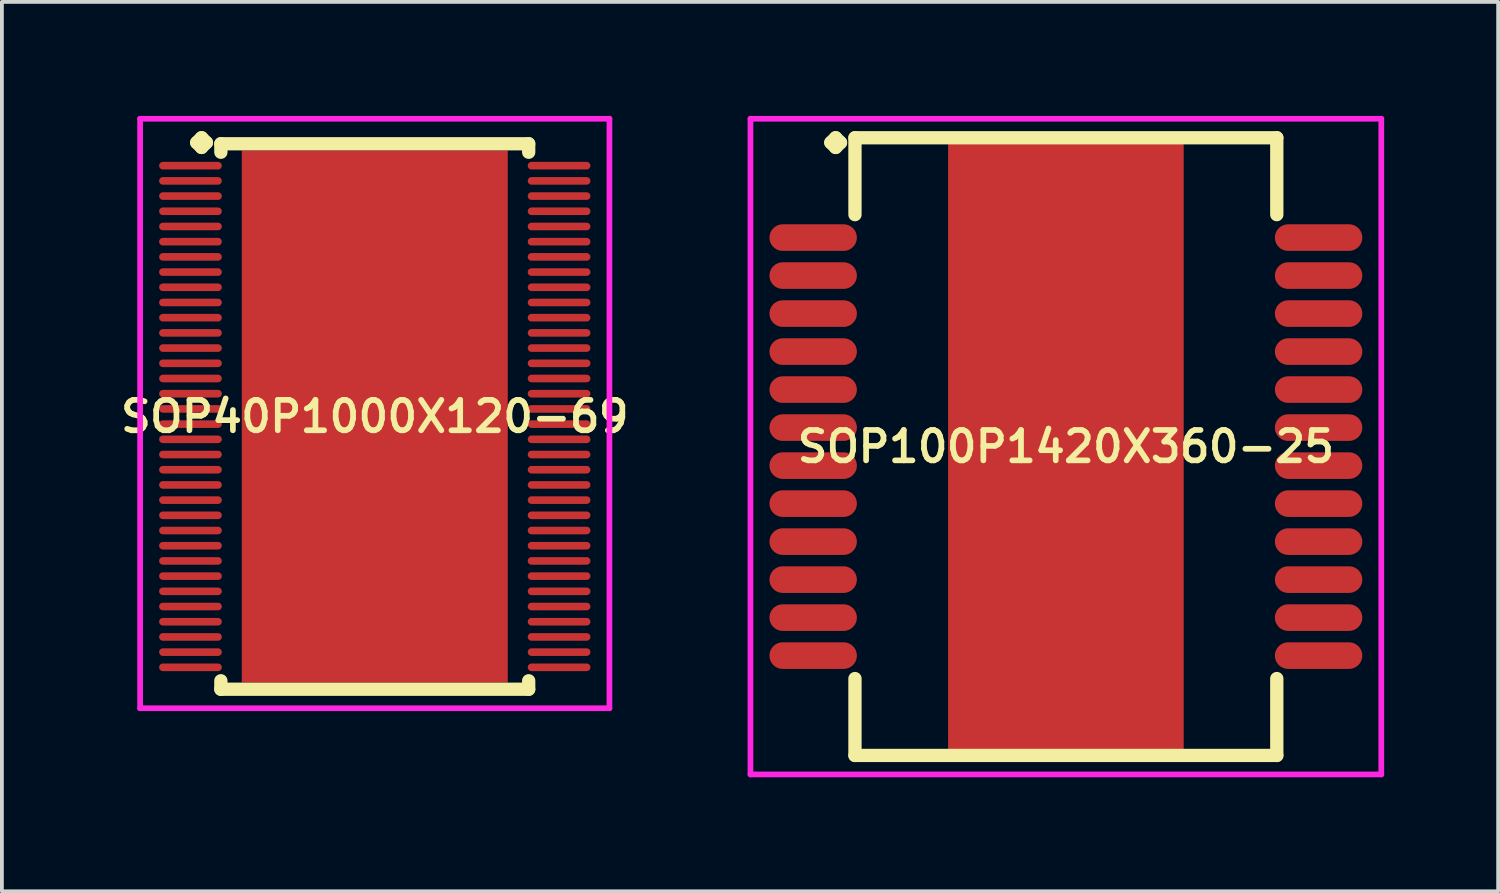
<source format=kicad_pcb>
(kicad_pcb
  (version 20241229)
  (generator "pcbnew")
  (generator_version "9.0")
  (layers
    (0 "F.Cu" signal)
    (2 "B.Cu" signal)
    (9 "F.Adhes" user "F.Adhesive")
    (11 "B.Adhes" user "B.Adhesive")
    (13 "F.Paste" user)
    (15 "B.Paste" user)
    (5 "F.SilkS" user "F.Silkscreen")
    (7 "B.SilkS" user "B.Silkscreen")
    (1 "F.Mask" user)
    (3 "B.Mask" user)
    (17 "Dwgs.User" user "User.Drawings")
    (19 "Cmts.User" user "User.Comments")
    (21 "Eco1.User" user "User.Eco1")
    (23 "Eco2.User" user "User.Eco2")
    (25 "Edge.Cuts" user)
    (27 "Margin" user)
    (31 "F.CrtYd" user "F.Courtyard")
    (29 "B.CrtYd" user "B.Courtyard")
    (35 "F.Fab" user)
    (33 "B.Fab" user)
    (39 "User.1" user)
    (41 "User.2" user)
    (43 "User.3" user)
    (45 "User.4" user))
  (footprint "SOP40P1000X120-69"
    (layer "F.Cu")
    (at 6.812 7.91)
    (property "Reference" "SOP40P1000X120-69" (at 0 0 0) (layer "F.SilkS") (effects (font (size 0.8 0.8) (thickness 0.15))))
    (attr smd)
    (fp_line (start -4.685 -7.208) (end -4.558 -7.335) (stroke (width 0.35) (type solid)) (layer "F.SilkS"))
    (fp_line (start -4.558 -7.335) (end -4.431 -7.208) (stroke (width 0.35) (type solid)) (layer "F.SilkS"))
    (fp_line (start -4.558 -7.081) (end -4.685 -7.208) (stroke (width 0.35) (type solid)) (layer "F.SilkS"))
    (fp_line (start -4.431 -7.208) (end -4.558 -7.081) (stroke (width 0.35) (type solid)) (layer "F.SilkS"))
    (fp_line (start -4.05 -7.177) (end 4.05 -7.177) (stroke (width 0.35) (type solid)) (layer "F.SilkS"))
    (fp_line (start -4.05 -6.954) (end -4.05 -7.177) (stroke (width 0.35) (type solid)) (layer "F.SilkS"))
    (fp_line (start -4.05 6.954) (end -4.05 7.177) (stroke (width 0.35) (type solid)) (layer "F.SilkS"))
    (fp_line (start -4.05 7.177) (end 4.05 7.177) (stroke (width 0.35) (type solid)) (layer "F.SilkS"))
    (fp_line (start 4.05 -7.177) (end 4.05 -6.954) (stroke (width 0.35) (type solid)) (layer "F.SilkS"))
    (fp_line (start 4.05 7.177) (end 4.05 6.954) (stroke (width 0.35) (type solid)) (layer "F.SilkS"))
    (fp_line (start -6.175 -7.835) (end 6.175 -7.835) (stroke (width 0.15) (type solid)) (layer "F.CrtYd"))
    (fp_line (start -6.175 7.677) (end -6.175 -7.835) (stroke (width 0.15) (type solid)) (layer "F.CrtYd"))
    (fp_line (start 6.175 -7.835) (end 6.175 7.677) (stroke (width 0.15) (type solid)) (layer "F.CrtYd"))
    (fp_line (start 6.175 7.677) (end -6.175 7.677) (stroke (width 0.15) (type solid)) (layer "F.CrtYd"))
    (pad "1" smd oval (at -4.85 -6.6) (size 1.65 0.2) (layers "F.Cu" "F.Mask" "F.Paste"))
    (pad "2" smd oval (at -4.85 -6.2) (size 1.65 0.2) (layers "F.Cu" "F.Mask" "F.Paste"))
    (pad "3" smd oval (at -4.85 -5.8) (size 1.65 0.2) (layers "F.Cu" "F.Mask" "F.Paste"))
    (pad "4" smd oval (at -4.85 -5.4) (size 1.65 0.2) (layers "F.Cu" "F.Mask" "F.Paste"))
    (pad "5" smd oval (at -4.85 -5) (size 1.65 0.2) (layers "F.Cu" "F.Mask" "F.Paste"))
    (pad "6" smd oval (at -4.85 -4.6) (size 1.65 0.2) (layers "F.Cu" "F.Mask" "F.Paste"))
    (pad "7" smd oval (at -4.85 -4.2) (size 1.65 0.2) (layers "F.Cu" "F.Mask" "F.Paste"))
    (pad "8" smd oval (at -4.85 -3.8) (size 1.65 0.2) (layers "F.Cu" "F.Mask" "F.Paste"))
    (pad "9" smd oval (at -4.85 -3.4) (size 1.65 0.2) (layers "F.Cu" "F.Mask" "F.Paste"))
    (pad "10" smd oval (at -4.85 -3) (size 1.65 0.2) (layers "F.Cu" "F.Mask" "F.Paste"))
    (pad "11" smd oval (at -4.85 -2.6) (size 1.65 0.2) (layers "F.Cu" "F.Mask" "F.Paste"))
    (pad "12" smd oval (at -4.85 -2.2) (size 1.65 0.2) (layers "F.Cu" "F.Mask" "F.Paste"))
    (pad "13" smd oval (at -4.85 -1.8) (size 1.65 0.2) (layers "F.Cu" "F.Mask" "F.Paste"))
    (pad "14" smd oval (at -4.85 -1.4) (size 1.65 0.2) (layers "F.Cu" "F.Mask" "F.Paste"))
    (pad "15" smd oval (at -4.85 -1) (size 1.65 0.2) (layers "F.Cu" "F.Mask" "F.Paste"))
    (pad "16" smd oval (at -4.85 -0.6) (size 1.65 0.2) (layers "F.Cu" "F.Mask" "F.Paste"))
    (pad "17" smd oval (at -4.85 -0.2) (size 1.65 0.2) (layers "F.Cu" "F.Mask" "F.Paste"))
    (pad "18" smd oval (at -4.85 0.2) (size 1.65 0.2) (layers "F.Cu" "F.Mask" "F.Paste"))
    (pad "19" smd oval (at -4.85 0.6) (size 1.65 0.2) (layers "F.Cu" "F.Mask" "F.Paste"))
    (pad "20" smd oval (at -4.85 1) (size 1.65 0.2) (layers "F.Cu" "F.Mask" "F.Paste"))
    (pad "21" smd oval (at -4.85 1.4) (size 1.65 0.2) (layers "F.Cu" "F.Mask" "F.Paste"))
    (pad "22" smd oval (at -4.85 1.8) (size 1.65 0.2) (layers "F.Cu" "F.Mask" "F.Paste"))
    (pad "23" smd oval (at -4.85 2.2) (size 1.65 0.2) (layers "F.Cu" "F.Mask" "F.Paste"))
    (pad "24" smd oval (at -4.85 2.6) (size 1.65 0.2) (layers "F.Cu" "F.Mask" "F.Paste"))
    (pad "25" smd oval (at -4.85 3) (size 1.65 0.2) (layers "F.Cu" "F.Mask" "F.Paste"))
    (pad "26" smd oval (at -4.85 3.4) (size 1.65 0.2) (layers "F.Cu" "F.Mask" "F.Paste"))
    (pad "27" smd oval (at -4.85 3.8) (size 1.65 0.2) (layers "F.Cu" "F.Mask" "F.Paste"))
    (pad "28" smd oval (at -4.85 4.2) (size 1.65 0.2) (layers "F.Cu" "F.Mask" "F.Paste"))
    (pad "29" smd oval (at -4.85 4.6) (size 1.65 0.2) (layers "F.Cu" "F.Mask" "F.Paste"))
    (pad "30" smd oval (at -4.85 5) (size 1.65 0.2) (layers "F.Cu" "F.Mask" "F.Paste"))
    (pad "31" smd oval (at -4.85 5.4) (size 1.65 0.2) (layers "F.Cu" "F.Mask" "F.Paste"))
    (pad "32" smd oval (at -4.85 5.8) (size 1.65 0.2) (layers "F.Cu" "F.Mask" "F.Paste"))
    (pad "33" smd oval (at -4.85 6.2) (size 1.65 0.2) (layers "F.Cu" "F.Mask" "F.Paste"))
    (pad "34" smd oval (at -4.85 6.6) (size 1.65 0.2) (layers "F.Cu" "F.Mask" "F.Paste"))
    (pad "35" smd oval (at 4.85 6.6) (size 1.65 0.2) (layers "F.Cu" "F.Mask" "F.Paste"))
    (pad "36" smd oval (at 4.85 6.2) (size 1.65 0.2) (layers "F.Cu" "F.Mask" "F.Paste"))
    (pad "37" smd oval (at 4.85 5.8) (size 1.65 0.2) (layers "F.Cu" "F.Mask" "F.Paste"))
    (pad "38" smd oval (at 4.85 5.4) (size 1.65 0.2) (layers "F.Cu" "F.Mask" "F.Paste"))
    (pad "39" smd oval (at 4.85 5) (size 1.65 0.2) (layers "F.Cu" "F.Mask" "F.Paste"))
    (pad "40" smd oval (at 4.85 4.6) (size 1.65 0.2) (layers "F.Cu" "F.Mask" "F.Paste"))
    (pad "41" smd oval (at 4.85 4.2) (size 1.65 0.2) (layers "F.Cu" "F.Mask" "F.Paste"))
    (pad "42" smd oval (at 4.85 3.8) (size 1.65 0.2) (layers "F.Cu" "F.Mask" "F.Paste"))
    (pad "43" smd oval (at 4.85 3.4) (size 1.65 0.2) (layers "F.Cu" "F.Mask" "F.Paste"))
    (pad "44" smd oval (at 4.85 3) (size 1.65 0.2) (layers "F.Cu" "F.Mask" "F.Paste"))
    (pad "45" smd oval (at 4.85 2.6) (size 1.65 0.2) (layers "F.Cu" "F.Mask" "F.Paste"))
    (pad "46" smd oval (at 4.85 2.2) (size 1.65 0.2) (layers "F.Cu" "F.Mask" "F.Paste"))
    (pad "47" smd oval (at 4.85 1.8) (size 1.65 0.2) (layers "F.Cu" "F.Mask" "F.Paste"))
    (pad "48" smd oval (at 4.85 1.4) (size 1.65 0.2) (layers "F.Cu" "F.Mask" "F.Paste"))
    (pad "49" smd oval (at 4.85 1) (size 1.65 0.2) (layers "F.Cu" "F.Mask" "F.Paste"))
    (pad "50" smd oval (at 4.85 0.6) (size 1.65 0.2) (layers "F.Cu" "F.Mask" "F.Paste"))
    (pad "51" smd oval (at 4.85 0.2) (size 1.65 0.2) (layers "F.Cu" "F.Mask" "F.Paste"))
    (pad "52" smd oval (at 4.85 -0.2) (size 1.65 0.2) (layers "F.Cu" "F.Mask" "F.Paste"))
    (pad "53" smd oval (at 4.85 -0.6) (size 1.65 0.2) (layers "F.Cu" "F.Mask" "F.Paste"))
    (pad "54" smd oval (at 4.85 -1) (size 1.65 0.2) (layers "F.Cu" "F.Mask" "F.Paste"))
    (pad "55" smd oval (at 4.85 -1.4) (size 1.65 0.2) (layers "F.Cu" "F.Mask" "F.Paste"))
    (pad "56" smd oval (at 4.85 -1.8) (size 1.65 0.2) (layers "F.Cu" "F.Mask" "F.Paste"))
    (pad "57" smd oval (at 4.85 -2.2) (size 1.65 0.2) (layers "F.Cu" "F.Mask" "F.Paste"))
    (pad "58" smd oval (at 4.85 -2.6) (size 1.65 0.2) (layers "F.Cu" "F.Mask" "F.Paste"))
    (pad "59" smd oval (at 4.85 -3) (size 1.65 0.2) (layers "F.Cu" "F.Mask" "F.Paste"))
    (pad "60" smd oval (at 4.85 -3.4) (size 1.65 0.2) (layers "F.Cu" "F.Mask" "F.Paste"))
    (pad "61" smd oval (at 4.85 -3.8) (size 1.65 0.2) (layers "F.Cu" "F.Mask" "F.Paste"))
    (pad "62" smd oval (at 4.85 -4.2) (size 1.65 0.2) (layers "F.Cu" "F.Mask" "F.Paste"))
    (pad "63" smd oval (at 4.85 -4.6) (size 1.65 0.2) (layers "F.Cu" "F.Mask" "F.Paste"))
    (pad "64" smd oval (at 4.85 -5) (size 1.65 0.2) (layers "F.Cu" "F.Mask" "F.Paste"))
    (pad "65" smd oval (at 4.85 -5.4) (size 1.65 0.2) (layers "F.Cu" "F.Mask" "F.Paste"))
    (pad "66" smd oval (at 4.85 -5.8) (size 1.65 0.2) (layers "F.Cu" "F.Mask" "F.Paste"))
    (pad "67" smd oval (at 4.85 -6.2) (size 1.65 0.2) (layers "F.Cu" "F.Mask" "F.Paste"))
    (pad "68" smd oval (at 4.85 -6.6) (size 1.65 0.2) (layers "F.Cu" "F.Mask" "F.Paste"))
    (pad "69" smd rect (at 0 0) (size 7 14) (layers "F.Cu" "F.Mask" "F.Paste")))
  (footprint "SOP100P1420X360-25"
    (layer "F.Cu")
    (at 24.998 8.702)
    (property "Reference" "SOP100P1420X360-25" (at 0 0 0) (layer "F.SilkS") (effects (font (size 0.8 0.8) (thickness 0.15))))
    (attr smd)
    (fp_line (start -6.185 -8) (end -6.058 -8.127) (stroke (width 0.35) (type solid)) (layer "F.SilkS"))
    (fp_line (start -6.058 -8.127) (end -5.931 -8) (stroke (width 0.35) (type solid)) (layer "F.SilkS"))
    (fp_line (start -6.058 -7.873) (end -6.185 -8) (stroke (width 0.35) (type solid)) (layer "F.SilkS"))
    (fp_line (start -5.931 -8) (end -6.058 -7.873) (stroke (width 0.35) (type solid)) (layer "F.SilkS"))
    (fp_line (start -5.55 -8.127) (end 5.55 -8.127) (stroke (width 0.35) (type solid)) (layer "F.SilkS"))
    (fp_line (start -5.55 -6.104) (end -5.55 -8.127) (stroke (width 0.35) (type solid)) (layer "F.SilkS"))
    (fp_line (start -5.55 6.104) (end -5.55 8.127) (stroke (width 0.35) (type solid)) (layer "F.SilkS"))
    (fp_line (start -5.55 8.127) (end 5.55 8.127) (stroke (width 0.35) (type solid)) (layer "F.SilkS"))
    (fp_line (start 5.55 -8.127) (end 5.55 -6.104) (stroke (width 0.35) (type solid)) (layer "F.SilkS"))
    (fp_line (start 5.55 8.127) (end 5.55 6.104) (stroke (width 0.35) (type solid)) (layer "F.SilkS"))
    (fp_line (start -8.3 -8.627) (end 8.3 -8.627) (stroke (width 0.15) (type solid)) (layer "F.CrtYd"))
    (fp_line (start -8.3 8.627) (end -8.3 -8.627) (stroke (width 0.15) (type solid)) (layer "F.CrtYd"))
    (fp_line (start 8.3 -8.627) (end 8.3 8.627) (stroke (width 0.15) (type solid)) (layer "F.CrtYd"))
    (fp_line (start 8.3 8.627) (end -8.3 8.627) (stroke (width 0.15) (type solid)) (layer "F.CrtYd"))
    (pad "1" smd oval (at -6.65 -5.5) (size 2.3 0.7) (layers "F.Cu" "F.Mask" "F.Paste"))
    (pad "2" smd oval (at -6.65 -4.5) (size 2.3 0.7) (layers "F.Cu" "F.Mask" "F.Paste"))
    (pad "3" smd oval (at -6.65 -3.5) (size 2.3 0.7) (layers "F.Cu" "F.Mask" "F.Paste"))
    (pad "4" smd oval (at -6.65 -2.5) (size 2.3 0.7) (layers "F.Cu" "F.Mask" "F.Paste"))
    (pad "5" smd oval (at -6.65 -1.5) (size 2.3 0.7) (layers "F.Cu" "F.Mask" "F.Paste"))
    (pad "6" smd oval (at -6.65 -0.5) (size 2.3 0.7) (layers "F.Cu" "F.Mask" "F.Paste"))
    (pad "7" smd oval (at -6.65 0.5) (size 2.3 0.7) (layers "F.Cu" "F.Mask" "F.Paste"))
    (pad "8" smd oval (at -6.65 1.5) (size 2.3 0.7) (layers "F.Cu" "F.Mask" "F.Paste"))
    (pad "9" smd oval (at -6.65 2.5) (size 2.3 0.7) (layers "F.Cu" "F.Mask" "F.Paste"))
    (pad "10" smd oval (at -6.65 3.5) (size 2.3 0.7) (layers "F.Cu" "F.Mask" "F.Paste"))
    (pad "11" smd oval (at -6.65 4.5) (size 2.3 0.7) (layers "F.Cu" "F.Mask" "F.Paste"))
    (pad "12" smd oval (at -6.65 5.5) (size 2.3 0.7) (layers "F.Cu" "F.Mask" "F.Paste"))
    (pad "13" smd oval (at 6.65 5.5) (size 2.3 0.7) (layers "F.Cu" "F.Mask" "F.Paste"))
    (pad "14" smd oval (at 6.65 4.5) (size 2.3 0.7) (layers "F.Cu" "F.Mask" "F.Paste"))
    (pad "15" smd oval (at 6.65 3.5) (size 2.3 0.7) (layers "F.Cu" "F.Mask" "F.Paste"))
    (pad "16" smd oval (at 6.65 2.5) (size 2.3 0.7) (layers "F.Cu" "F.Mask" "F.Paste"))
    (pad "17" smd oval (at 6.65 1.5) (size 2.3 0.7) (layers "F.Cu" "F.Mask" "F.Paste"))
    (pad "18" smd oval (at 6.65 0.5) (size 2.3 0.7) (layers "F.Cu" "F.Mask" "F.Paste"))
    (pad "19" smd oval (at 6.65 -0.5) (size 2.3 0.7) (layers "F.Cu" "F.Mask" "F.Paste"))
    (pad "20" smd oval (at 6.65 -1.5) (size 2.3 0.7) (layers "F.Cu" "F.Mask" "F.Paste"))
    (pad "21" smd oval (at 6.65 -2.5) (size 2.3 0.7) (layers "F.Cu" "F.Mask" "F.Paste"))
    (pad "22" smd oval (at 6.65 -3.5) (size 2.3 0.7) (layers "F.Cu" "F.Mask" "F.Paste"))
    (pad "23" smd oval (at 6.65 -4.5) (size 2.3 0.7) (layers "F.Cu" "F.Mask" "F.Paste"))
    (pad "24" smd oval (at 6.65 -5.5) (size 2.3 0.7) (layers "F.Cu" "F.Mask" "F.Paste"))
    (pad "25" smd rect (at 0 0) (size 6.2 16) (layers "F.Cu" "F.Mask" "F.Paste")))
  (gr_rect
    (start -3 -3)
    (end 36.373 20.404)
    (stroke (width 0.1) (type default))
    (fill no)
    (layer "Edge.Cuts")))
</source>
